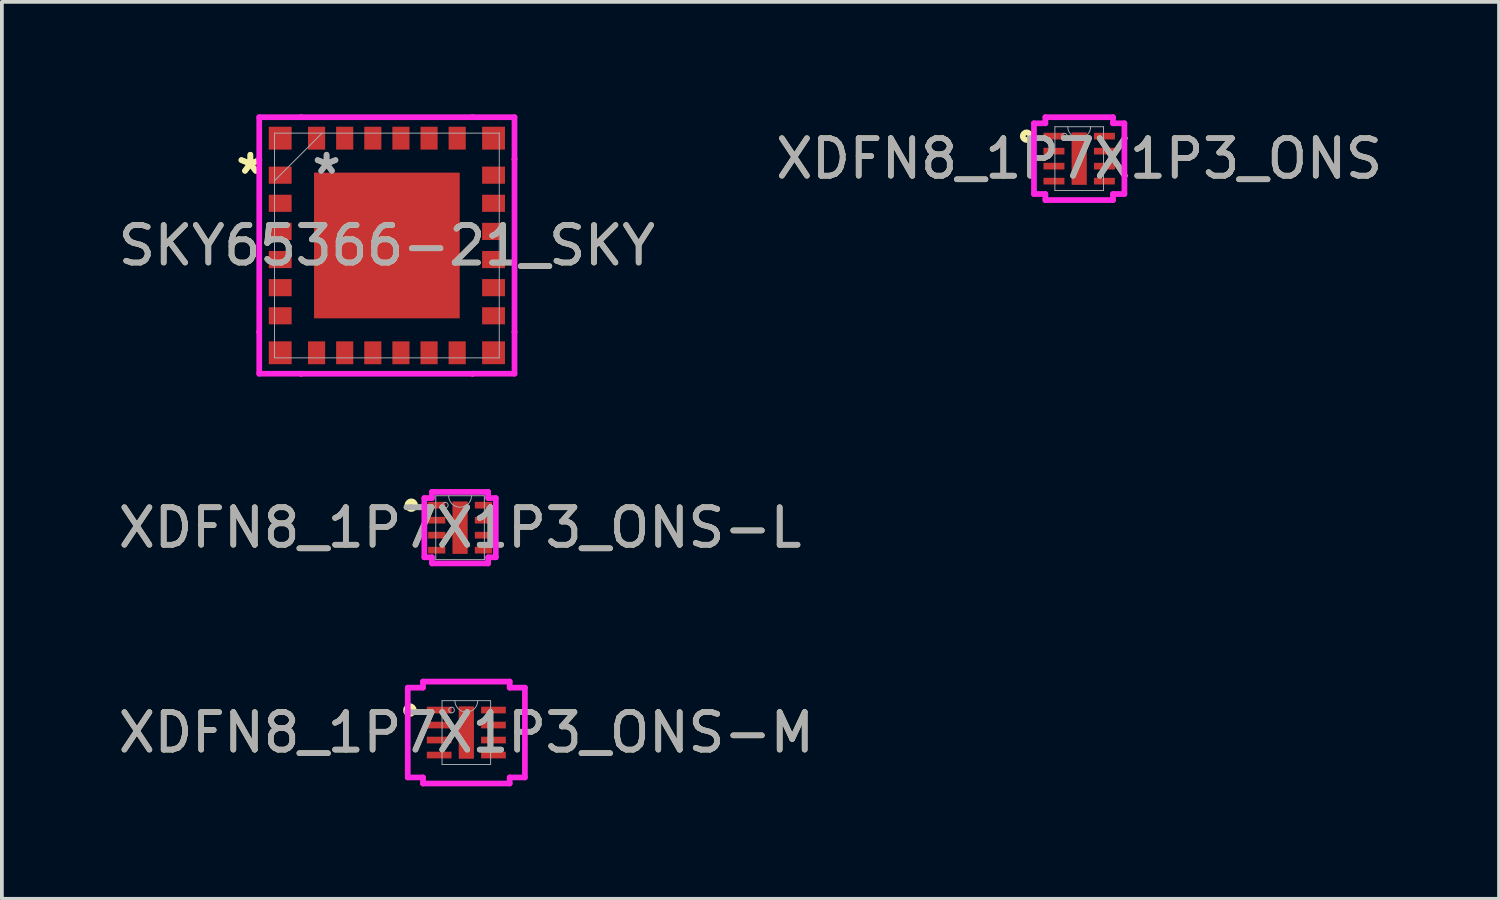
<source format=kicad_pcb>
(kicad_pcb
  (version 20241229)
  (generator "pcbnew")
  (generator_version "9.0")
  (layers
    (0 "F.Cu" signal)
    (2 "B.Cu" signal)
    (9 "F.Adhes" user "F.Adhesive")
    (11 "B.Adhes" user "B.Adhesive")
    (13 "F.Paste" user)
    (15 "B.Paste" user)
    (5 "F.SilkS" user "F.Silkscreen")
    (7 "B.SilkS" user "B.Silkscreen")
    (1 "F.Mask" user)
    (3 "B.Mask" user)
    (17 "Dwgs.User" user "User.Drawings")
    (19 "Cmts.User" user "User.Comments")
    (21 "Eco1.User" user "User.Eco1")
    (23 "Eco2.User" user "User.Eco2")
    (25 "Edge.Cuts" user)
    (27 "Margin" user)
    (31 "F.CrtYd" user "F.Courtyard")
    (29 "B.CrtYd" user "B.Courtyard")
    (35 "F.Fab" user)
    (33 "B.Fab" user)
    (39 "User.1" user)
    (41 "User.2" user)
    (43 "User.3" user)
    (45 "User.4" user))
  (footprint "XDFN8_1P7X1P3_ONS"
    (layer "F.Cu")
    (at 25.732 1.181)
    (property "Reference" "XDFN8_1P7X1P3_ONS" (at 0 0 0) (unlocked yes) (layer "F.SilkS") (effects (font (size 1 1) (thickness 0.15))))
    (attr smd)
    (fp_circle (center -1.403 -0.6) (end -1.302 -0.6) (stroke (width 0.152) (type solid)) (fill no) (layer "F.SilkS"))
    (fp_line (start -1.206 -0.943) (end -0.902 -0.943) (stroke (width 0.152) (type solid)) (layer "F.CrtYd"))
    (fp_line (start -1.206 0.943) (end -1.206 -0.943) (stroke (width 0.152) (type solid)) (layer "F.CrtYd"))
    (fp_line (start -1.206 0.943) (end -0.902 0.943) (stroke (width 0.152) (type solid)) (layer "F.CrtYd"))
    (fp_line (start -0.902 -1.105) (end 0.902 -1.105) (stroke (width 0.152) (type solid)) (layer "F.CrtYd"))
    (fp_line (start -0.902 -0.943) (end -0.902 -1.105) (stroke (width 0.152) (type solid)) (layer "F.CrtYd"))
    (fp_line (start -0.902 1.105) (end -0.902 0.943) (stroke (width 0.152) (type solid)) (layer "F.CrtYd"))
    (fp_line (start 0.902 -1.105) (end 0.902 -0.943) (stroke (width 0.152) (type solid)) (layer "F.CrtYd"))
    (fp_line (start 0.902 0.943) (end 0.902 1.105) (stroke (width 0.152) (type solid)) (layer "F.CrtYd"))
    (fp_line (start 0.902 1.105) (end -0.902 1.105) (stroke (width 0.152) (type solid)) (layer "F.CrtYd"))
    (fp_line (start 1.206 -0.943) (end 0.902 -0.943) (stroke (width 0.152) (type solid)) (layer "F.CrtYd"))
    (fp_line (start 1.206 -0.943) (end 1.206 0.943) (stroke (width 0.152) (type solid)) (layer "F.CrtYd"))
    (fp_line (start 1.206 0.943) (end 0.902 0.943) (stroke (width 0.152) (type solid)) (layer "F.CrtYd"))
    (fp_line (start -0.648 -0.851) (end -0.648 0.851) (stroke (width 0.025) (type solid)) (layer "F.Fab"))
    (fp_line (start -0.648 0.851) (end 0.648 0.851) (stroke (width 0.025) (type solid)) (layer "F.Fab"))
    (fp_line (start 0.648 -0.851) (end -0.648 -0.851) (stroke (width 0.025) (type solid)) (layer "F.Fab"))
    (fp_line (start 0.648 0.851) (end 0.648 -0.851) (stroke (width 0.025) (type solid)) (layer "F.Fab"))
    (fp_arc (start 0.3048 -0.8509) (mid 0 -0.5461) (end -0.3048 -0.8509) (stroke (width 0.0254) (type solid)) (layer "F.Fab"))
    (fp_circle (center -0.394 -0.6) (end -0.318 -0.6) (stroke (width 0.025) (type solid)) (fill no) (layer "F.Fab"))
    (fp_text user "${REFERENCE}" (at 0 0 0) (unlocked yes) (layer "F.Fab") (effects (font (size 1 1) (thickness 0.15))))
    (pad "1" smd rect (at -0.673 -0.6) (size 0.559 0.178) (layers "F.Cu" "F.Mask" "F.Paste"))
    (pad "2" smd rect (at -0.673 -0.2) (size 0.559 0.178) (layers "F.Cu" "F.Mask" "F.Paste"))
    (pad "3" smd rect (at -0.673 0.2) (size 0.559 0.178) (layers "F.Cu" "F.Mask" "F.Paste"))
    (pad "4" smd rect (at -0.673 0.6) (size 0.559 0.178) (layers "F.Cu" "F.Mask" "F.Paste"))
    (pad "5" smd rect (at 0.673 0.6) (size 0.559 0.178) (layers "F.Cu" "F.Mask" "F.Paste"))
    (pad "6" smd rect (at 0.673 0.2) (size 0.559 0.178) (layers "F.Cu" "F.Mask" "F.Paste"))
    (pad "7" smd rect (at 0.673 -0.2) (size 0.559 0.178) (layers "F.Cu" "F.Mask" "F.Paste"))
    (pad "8" smd rect (at 0.673 -0.6) (size 0.559 0.178) (layers "F.Cu" "F.Mask" "F.Paste"))
    (pad "9" smd rect (at 0 0) (size 0.406 1.397) (layers "F.Cu" "F.Mask" "F.Paste")))
  (footprint "SKY65366-21_SKY"
    (layer "F.Cu")
    (at 7.268 3.497)
    (property "Reference" "SKY65366-21_SKY" (at 0 0 0) (unlocked yes) (layer "F.SilkS") (effects (font (size 1 1) (thickness 0.15))))
    (attr smd)
    (fp_poly (pts (xy -1.843 -1.843) (xy -1.843 -0.748) (xy -0.748 -0.748) (xy -0.748 -1.843)) (stroke (width 0) (type solid)) (fill yes) (layer "F.Paste"))
    (fp_poly (pts (xy -1.843 -0.548) (xy -1.843 0.548) (xy -0.748 0.548) (xy -0.748 -0.548)) (stroke (width 0) (type solid)) (fill yes) (layer "F.Paste"))
    (fp_poly (pts (xy -1.843 0.748) (xy -1.843 1.843) (xy -0.748 1.843) (xy -0.748 0.748)) (stroke (width 0) (type solid)) (fill yes) (layer "F.Paste"))
    (fp_poly (pts (xy -0.548 -1.843) (xy -0.548 -0.748) (xy 0.548 -0.748) (xy 0.548 -1.843)) (stroke (width 0) (type solid)) (fill yes) (layer "F.Paste"))
    (fp_poly (pts (xy -0.548 -0.548) (xy -0.548 0.548) (xy 0.548 0.548) (xy 0.548 -0.548)) (stroke (width 0) (type solid)) (fill yes) (layer "F.Paste"))
    (fp_poly (pts (xy -0.548 0.748) (xy -0.548 1.843) (xy 0.548 1.843) (xy 0.548 0.748)) (stroke (width 0) (type solid)) (fill yes) (layer "F.Paste"))
    (fp_poly (pts (xy 0.748 -1.843) (xy 0.748 -0.748) (xy 1.843 -0.748) (xy 1.843 -1.843)) (stroke (width 0) (type solid)) (fill yes) (layer "F.Paste"))
    (fp_poly (pts (xy 0.748 -0.548) (xy 0.748 0.548) (xy 1.843 0.548) (xy 1.843 -0.548)) (stroke (width 0) (type solid)) (fill yes) (layer "F.Paste"))
    (fp_poly (pts (xy 0.748 0.748) (xy 0.748 1.843) (xy 1.843 1.843) (xy 1.843 0.748)) (stroke (width 0) (type solid)) (fill yes) (layer "F.Paste"))
    (fp_line (start -3.404 -3.421) (end -3.404 -2.303) (stroke (width 0.152) (type solid)) (layer "F.CrtYd"))
    (fp_line (start -3.404 -2.303) (end -3.404 -2.303) (stroke (width 0.152) (type solid)) (layer "F.CrtYd"))
    (fp_line (start -3.404 2.302) (end -3.404 3.42) (stroke (width 0.152) (type solid)) (layer "F.CrtYd"))
    (fp_line (start -3.404 3.42) (end -2.286 3.42) (stroke (width 0.152) (type solid)) (layer "F.CrtYd"))
    (fp_line (start -3.404 -2.303) (end -3.404 2.302) (stroke (width 0.152) (type solid)) (layer "F.CrtYd"))
    (fp_line (start -3.404 2.302) (end -3.404 2.302) (stroke (width 0.152) (type solid)) (layer "F.CrtYd"))
    (fp_line (start -2.286 -3.421) (end -3.404 -3.421) (stroke (width 0.152) (type solid)) (layer "F.CrtYd"))
    (fp_line (start -2.286 -3.421) (end -2.286 -3.421) (stroke (width 0.152) (type solid)) (layer "F.CrtYd"))
    (fp_line (start -2.286 3.42) (end -2.286 3.421) (stroke (width 0.152) (type solid)) (layer "F.CrtYd"))
    (fp_line (start -2.286 3.421) (end 2.286 3.421) (stroke (width 0.152) (type solid)) (layer "F.CrtYd"))
    (fp_line (start 2.286 -3.421) (end 2.286 -3.421) (stroke (width 0.152) (type solid)) (layer "F.CrtYd"))
    (fp_line (start 2.286 -3.421) (end -2.286 -3.421) (stroke (width 0.152) (type solid)) (layer "F.CrtYd"))
    (fp_line (start 2.286 3.42) (end 3.404 3.42) (stroke (width 0.152) (type solid)) (layer "F.CrtYd"))
    (fp_line (start 2.286 3.421) (end 2.286 3.42) (stroke (width 0.152) (type solid)) (layer "F.CrtYd"))
    (fp_line (start 3.404 -2.303) (end 3.404 -2.303) (stroke (width 0.152) (type solid)) (layer "F.CrtYd"))
    (fp_line (start 3.404 2.302) (end 3.404 -2.303) (stroke (width 0.152) (type solid)) (layer "F.CrtYd"))
    (fp_line (start 3.404 -3.421) (end 2.286 -3.421) (stroke (width 0.152) (type solid)) (layer "F.CrtYd"))
    (fp_line (start 3.404 -2.303) (end 3.404 -3.421) (stroke (width 0.152) (type solid)) (layer "F.CrtYd"))
    (fp_line (start 3.404 2.302) (end 3.404 2.302) (stroke (width 0.152) (type solid)) (layer "F.CrtYd"))
    (fp_line (start 3.404 3.42) (end 3.404 2.302) (stroke (width 0.152) (type solid)) (layer "F.CrtYd"))
    (fp_line (start -2.997 -2.997) (end -2.997 2.997) (stroke (width 0.025) (type solid)) (layer "F.Fab"))
    (fp_line (start -2.997 -1.727) (end -1.727 -2.997) (stroke (width 0.025) (type solid)) (layer "F.Fab"))
    (fp_line (start -2.997 2.997) (end 2.997 2.997) (stroke (width 0.025) (type solid)) (layer "F.Fab"))
    (fp_line (start 2.997 -2.997) (end -2.997 -2.997) (stroke (width 0.025) (type solid)) (layer "F.Fab"))
    (fp_line (start 2.997 2.997) (end 2.997 -2.997) (stroke (width 0.025) (type solid)) (layer "F.Fab"))
    (fp_text user "*" (at -3.641 -1.875 0) (layer "F.SilkS") (effects (font (size 1 1) (thickness 0.15))))
    (fp_text user "*" (at -3.641 -1.875 0) (unlocked yes) (layer "F.SilkS") (effects (font (size 1 1) (thickness 0.15))))
    (fp_text user "*" (at -1.609 -1.875 0) (layer "F.Fab") (effects (font (size 1 1) (thickness 0.15))))
    (fp_text user "*" (at -1.609 -1.875 0) (unlocked yes) (layer "F.Fab") (effects (font (size 1 1) (thickness 0.15))))
    (fp_text user "${REFERENCE}" (at 0 0 0) (unlocked yes) (layer "F.Fab") (effects (font (size 1 1) (thickness 0.15))))
    (pad "1" smd rect (at -2.845 -2.862) (size 0.61 0.61) (layers "F.Cu" "F.Mask" "F.Paste"))
    (pad "2" smd rect (at -2.845 -1.875 90) (size 0.457 0.61) (layers "F.Cu" "F.Mask" "F.Paste"))
    (pad "3" smd rect (at -2.845 -1.125 90) (size 0.457 0.61) (layers "F.Cu" "F.Mask" "F.Paste"))
    (pad "4" smd rect (at -2.845 -0.375 90) (size 0.457 0.61) (layers "F.Cu" "F.Mask" "F.Paste"))
    (pad "5" smd rect (at -2.845 0.375 90) (size 0.457 0.61) (layers "F.Cu" "F.Mask" "F.Paste"))
    (pad "6" smd rect (at -2.845 1.125 90) (size 0.457 0.61) (layers "F.Cu" "F.Mask" "F.Paste"))
    (pad "7" smd rect (at -2.845 1.875 90) (size 0.457 0.61) (layers "F.Cu" "F.Mask" "F.Paste"))
    (pad "8" smd rect (at -2.845 2.861) (size 0.61 0.61) (layers "F.Cu" "F.Mask" "F.Paste"))
    (pad "9" smd rect (at -1.875 2.862) (size 0.457 0.61) (layers "F.Cu" "F.Mask" "F.Paste"))
    (pad "10" smd rect (at -1.125 2.862) (size 0.457 0.61) (layers "F.Cu" "F.Mask" "F.Paste"))
    (pad "11" smd rect (at -0.375 2.862) (size 0.457 0.61) (layers "F.Cu" "F.Mask" "F.Paste"))
    (pad "12" smd rect (at 0.375 2.862) (size 0.457 0.61) (layers "F.Cu" "F.Mask" "F.Paste"))
    (pad "13" smd rect (at 1.125 2.862) (size 0.457 0.61) (layers "F.Cu" "F.Mask" "F.Paste"))
    (pad "14" smd rect (at 1.875 2.862) (size 0.457 0.61) (layers "F.Cu" "F.Mask" "F.Paste"))
    (pad "15" smd rect (at 2.845 2.861) (size 0.61 0.61) (layers "F.Cu" "F.Mask" "F.Paste"))
    (pad "16" smd rect (at 2.845 1.875 90) (size 0.457 0.61) (layers "F.Cu" "F.Mask" "F.Paste"))
    (pad "17" smd rect (at 2.845 1.125 90) (size 0.457 0.61) (layers "F.Cu" "F.Mask" "F.Paste"))
    (pad "18" smd rect (at 2.845 0.375 90) (size 0.457 0.61) (layers "F.Cu" "F.Mask" "F.Paste"))
    (pad "19" smd rect (at 2.845 -0.375 90) (size 0.457 0.61) (layers "F.Cu" "F.Mask" "F.Paste"))
    (pad "20" smd rect (at 2.845 -1.125 90) (size 0.457 0.61) (layers "F.Cu" "F.Mask" "F.Paste"))
    (pad "21" smd rect (at 2.845 -1.875 90) (size 0.457 0.61) (layers "F.Cu" "F.Mask" "F.Paste"))
    (pad "22" smd rect (at 2.845 -2.862) (size 0.61 0.61) (layers "F.Cu" "F.Mask" "F.Paste"))
    (pad "23" smd rect (at 1.875 -2.862) (size 0.457 0.61) (layers "F.Cu" "F.Mask" "F.Paste"))
    (pad "24" smd rect (at 1.125 -2.862) (size 0.457 0.61) (layers "F.Cu" "F.Mask" "F.Paste"))
    (pad "25" smd rect (at 0.375 -2.862) (size 0.457 0.61) (layers "F.Cu" "F.Mask" "F.Paste"))
    (pad "26" smd rect (at -0.375 -2.862) (size 0.457 0.61) (layers "F.Cu" "F.Mask" "F.Paste"))
    (pad "27" smd rect (at -1.125 -2.862) (size 0.457 0.61) (layers "F.Cu" "F.Mask" "F.Paste"))
    (pad "28" smd rect (at -1.875 -2.862) (size 0.457 0.61) (layers "F.Cu" "F.Mask" "F.Paste"))
    (pad "29" smd rect (at 0 0) (size 3.886 3.886) (layers "F.Cu" "F.Mask")))
  (footprint "XDFN8_1P7X1P3_ONS-L"
    (layer "F.Cu")
    (at 9.22 11.023)
    (property "Reference" "XDFN8_1P7X1P3_ONS-L" (at 0 0 0) (unlocked yes) (layer "F.SilkS") (effects (font (size 1 1) (thickness 0.15))))
    (attr smd)
    (fp_circle (center -1.302 -0.6) (end -1.2 -0.6) (stroke (width 0.152) (type solid)) (fill no) (layer "F.SilkS"))
    (fp_line (start -0.953 -0.79) (end -0.749 -0.79) (stroke (width 0.152) (type solid)) (layer "F.CrtYd"))
    (fp_line (start -0.953 0.79) (end -0.953 -0.79) (stroke (width 0.152) (type solid)) (layer "F.CrtYd"))
    (fp_line (start -0.953 0.79) (end -0.749 0.79) (stroke (width 0.152) (type solid)) (layer "F.CrtYd"))
    (fp_line (start -0.749 -0.953) (end 0.749 -0.953) (stroke (width 0.152) (type solid)) (layer "F.CrtYd"))
    (fp_line (start -0.749 -0.79) (end -0.749 -0.953) (stroke (width 0.152) (type solid)) (layer "F.CrtYd"))
    (fp_line (start -0.749 0.953) (end -0.749 0.79) (stroke (width 0.152) (type solid)) (layer "F.CrtYd"))
    (fp_line (start 0.749 -0.953) (end 0.749 -0.79) (stroke (width 0.152) (type solid)) (layer "F.CrtYd"))
    (fp_line (start 0.749 0.79) (end 0.749 0.953) (stroke (width 0.152) (type solid)) (layer "F.CrtYd"))
    (fp_line (start 0.749 0.953) (end -0.749 0.953) (stroke (width 0.152) (type solid)) (layer "F.CrtYd"))
    (fp_line (start 0.953 -0.79) (end 0.749 -0.79) (stroke (width 0.152) (type solid)) (layer "F.CrtYd"))
    (fp_line (start 0.953 -0.79) (end 0.953 0.79) (stroke (width 0.152) (type solid)) (layer "F.CrtYd"))
    (fp_line (start 0.953 0.79) (end 0.749 0.79) (stroke (width 0.152) (type solid)) (layer "F.CrtYd"))
    (fp_line (start -0.648 -0.851) (end -0.648 0.851) (stroke (width 0.025) (type solid)) (layer "F.Fab"))
    (fp_line (start -0.648 0.851) (end 0.648 0.851) (stroke (width 0.025) (type solid)) (layer "F.Fab"))
    (fp_line (start 0.648 -0.851) (end -0.648 -0.851) (stroke (width 0.025) (type solid)) (layer "F.Fab"))
    (fp_line (start 0.648 0.851) (end 0.648 -0.851) (stroke (width 0.025) (type solid)) (layer "F.Fab"))
    (fp_arc (start 0.3048 -0.8509) (mid 0 -0.5461) (end -0.3048 -0.8509) (stroke (width 0.0254) (type solid)) (layer "F.Fab"))
    (fp_circle (center -0.394 -0.6) (end -0.318 -0.6) (stroke (width 0.025) (type solid)) (fill no) (layer "F.Fab"))
    (fp_text user "${REFERENCE}" (at 0 0 0) (unlocked yes) (layer "F.Fab") (effects (font (size 1 1) (thickness 0.15))))
    (pad "1" smd rect (at -0.622 -0.6) (size 0.457 0.178) (layers "F.Cu" "F.Mask" "F.Paste"))
    (pad "2" smd rect (at -0.622 -0.2) (size 0.457 0.178) (layers "F.Cu" "F.Mask" "F.Paste"))
    (pad "3" smd rect (at -0.622 0.2) (size 0.457 0.178) (layers "F.Cu" "F.Mask" "F.Paste"))
    (pad "4" smd rect (at -0.622 0.6) (size 0.457 0.178) (layers "F.Cu" "F.Mask" "F.Paste"))
    (pad "5" smd rect (at 0.622 0.6) (size 0.457 0.178) (layers "F.Cu" "F.Mask" "F.Paste"))
    (pad "6" smd rect (at 0.622 0.2) (size 0.457 0.178) (layers "F.Cu" "F.Mask" "F.Paste"))
    (pad "7" smd rect (at 0.622 -0.2) (size 0.457 0.178) (layers "F.Cu" "F.Mask" "F.Paste"))
    (pad "8" smd rect (at 0.622 -0.6) (size 0.457 0.178) (layers "F.Cu" "F.Mask" "F.Paste"))
    (pad "9" smd rect (at 0 0) (size 0.406 1.397) (layers "F.Cu" "F.Mask" "F.Paste")))
  (footprint "XDFN8_1P7X1P3_ONS-M"
    (layer "F.Cu")
    (at 9.387 16.487)
    (property "Reference" "XDFN8_1P7X1P3_ONS-M" (at 0 0 0) (unlocked yes) (layer "F.SilkS") (effects (font (size 1 1) (thickness 0.15))))
    (attr smd)
    (fp_circle (center -1.505 -0.6) (end -1.403 -0.6) (stroke (width 0.152) (type solid)) (fill no) (layer "F.SilkS"))
    (fp_line (start -1.562 -1.197) (end -1.156 -1.197) (stroke (width 0.152) (type solid)) (layer "F.CrtYd"))
    (fp_line (start -1.562 1.197) (end -1.562 -1.197) (stroke (width 0.152) (type solid)) (layer "F.CrtYd"))
    (fp_line (start -1.562 1.197) (end -1.156 1.197) (stroke (width 0.152) (type solid)) (layer "F.CrtYd"))
    (fp_line (start -1.156 -1.359) (end 1.156 -1.359) (stroke (width 0.152) (type solid)) (layer "F.CrtYd"))
    (fp_line (start -1.156 -1.197) (end -1.156 -1.359) (stroke (width 0.152) (type solid)) (layer "F.CrtYd"))
    (fp_line (start -1.156 1.359) (end -1.156 1.197) (stroke (width 0.152) (type solid)) (layer "F.CrtYd"))
    (fp_line (start 1.156 -1.359) (end 1.156 -1.197) (stroke (width 0.152) (type solid)) (layer "F.CrtYd"))
    (fp_line (start 1.156 1.197) (end 1.156 1.359) (stroke (width 0.152) (type solid)) (layer "F.CrtYd"))
    (fp_line (start 1.156 1.359) (end -1.156 1.359) (stroke (width 0.152) (type solid)) (layer "F.CrtYd"))
    (fp_line (start 1.562 -1.197) (end 1.156 -1.197) (stroke (width 0.152) (type solid)) (layer "F.CrtYd"))
    (fp_line (start 1.562 -1.197) (end 1.562 1.197) (stroke (width 0.152) (type solid)) (layer "F.CrtYd"))
    (fp_line (start 1.562 1.197) (end 1.156 1.197) (stroke (width 0.152) (type solid)) (layer "F.CrtYd"))
    (fp_line (start -0.648 -0.851) (end -0.648 0.851) (stroke (width 0.025) (type solid)) (layer "F.Fab"))
    (fp_line (start -0.648 0.851) (end 0.648 0.851) (stroke (width 0.025) (type solid)) (layer "F.Fab"))
    (fp_line (start 0.648 -0.851) (end -0.648 -0.851) (stroke (width 0.025) (type solid)) (layer "F.Fab"))
    (fp_line (start 0.648 0.851) (end 0.648 -0.851) (stroke (width 0.025) (type solid)) (layer "F.Fab"))
    (fp_arc (start 0.3048 -0.8509) (mid 0 -0.5461) (end -0.3048 -0.8509) (stroke (width 0.0254) (type solid)) (layer "F.Fab"))
    (fp_circle (center -0.394 -0.6) (end -0.318 -0.6) (stroke (width 0.025) (type solid)) (fill no) (layer "F.Fab"))
    (fp_text user "${REFERENCE}" (at 0 0 0) (unlocked yes) (layer "F.Fab") (effects (font (size 1 1) (thickness 0.15))))
    (pad "1" smd rect (at -0.724 -0.6) (size 0.66 0.178) (layers "F.Cu" "F.Mask" "F.Paste"))
    (pad "2" smd rect (at -0.724 -0.2) (size 0.66 0.178) (layers "F.Cu" "F.Mask" "F.Paste"))
    (pad "3" smd rect (at -0.724 0.2) (size 0.66 0.178) (layers "F.Cu" "F.Mask" "F.Paste"))
    (pad "4" smd rect (at -0.724 0.6) (size 0.66 0.178) (layers "F.Cu" "F.Mask" "F.Paste"))
    (pad "5" smd rect (at 0.724 0.6) (size 0.66 0.178) (layers "F.Cu" "F.Mask" "F.Paste"))
    (pad "6" smd rect (at 0.724 0.2) (size 0.66 0.178) (layers "F.Cu" "F.Mask" "F.Paste"))
    (pad "7" smd rect (at 0.724 -0.2) (size 0.66 0.178) (layers "F.Cu" "F.Mask" "F.Paste"))
    (pad "8" smd rect (at 0.724 -0.6) (size 0.66 0.178) (layers "F.Cu" "F.Mask" "F.Paste"))
    (pad "9" smd rect (at 0 0) (size 0.406 1.397) (layers "F.Cu" "F.Mask" "F.Paste")))
  (gr_rect
    (start -3 -3)
    (end 36.929 20.922)
    (stroke (width 0.1) (type default))
    (fill no)
    (layer "Edge.Cuts")))
</source>
